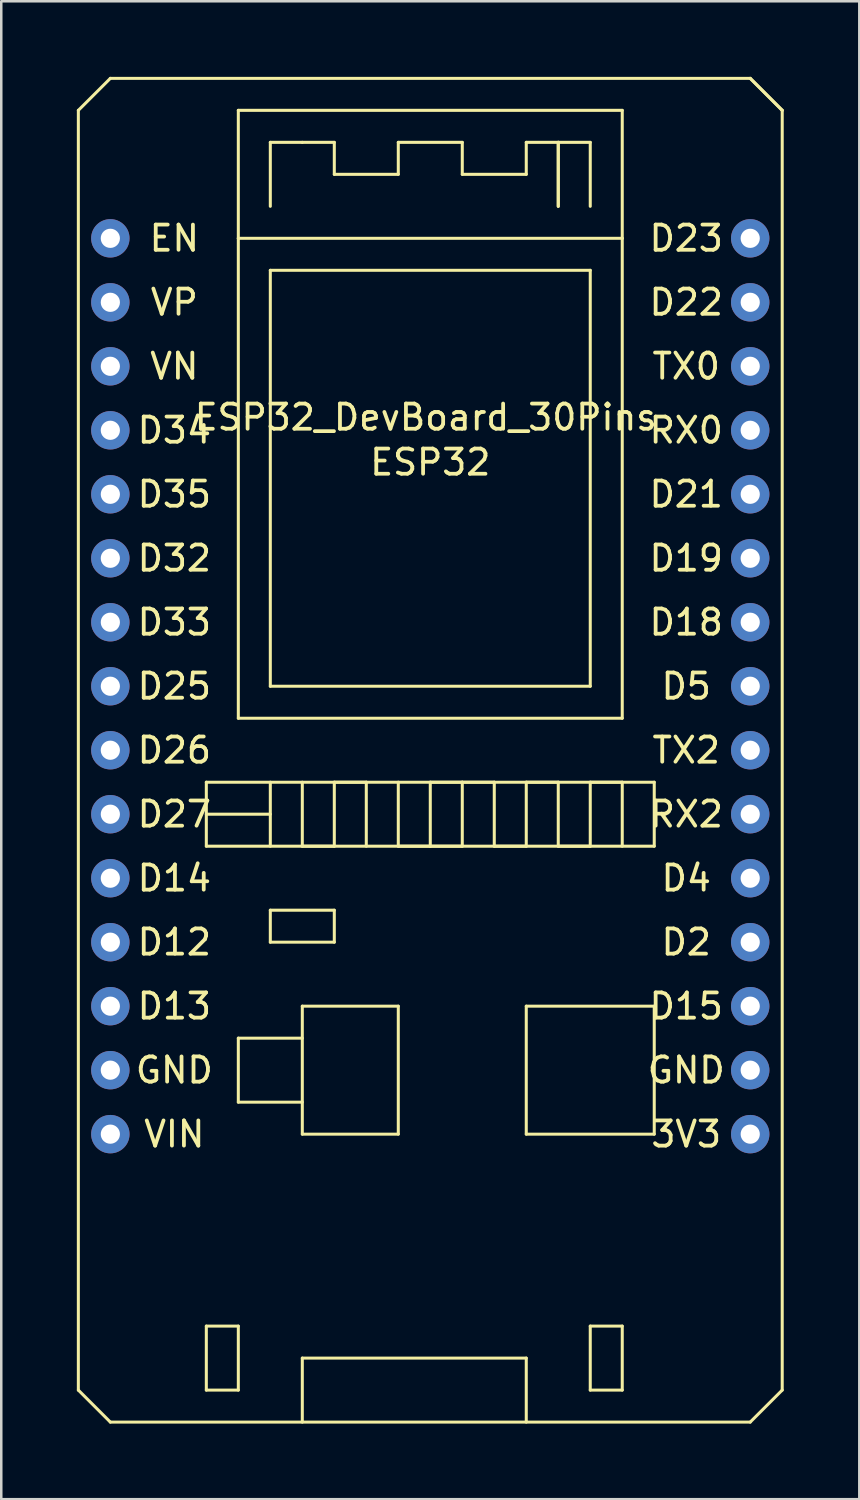
<source format=kicad_pcb>
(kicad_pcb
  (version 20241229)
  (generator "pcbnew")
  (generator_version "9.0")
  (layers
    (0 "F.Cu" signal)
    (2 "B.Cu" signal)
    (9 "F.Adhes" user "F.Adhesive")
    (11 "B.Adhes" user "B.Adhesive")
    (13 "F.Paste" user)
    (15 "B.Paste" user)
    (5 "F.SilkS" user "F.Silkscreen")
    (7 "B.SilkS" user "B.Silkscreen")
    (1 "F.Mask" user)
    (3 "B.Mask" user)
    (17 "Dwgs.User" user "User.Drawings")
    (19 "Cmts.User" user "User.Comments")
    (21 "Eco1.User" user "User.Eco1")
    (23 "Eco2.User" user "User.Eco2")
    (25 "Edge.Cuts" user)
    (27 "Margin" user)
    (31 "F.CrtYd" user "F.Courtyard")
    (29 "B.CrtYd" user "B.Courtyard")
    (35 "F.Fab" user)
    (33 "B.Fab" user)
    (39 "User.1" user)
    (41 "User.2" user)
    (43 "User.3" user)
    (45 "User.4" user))
  (footprint "ESP32_DevBoard_30Pins"
    (layer "F.Cu")
    (at 1.33 11.49)
    (property "Reference" "ESP32_DevBoard_30Pins" (at 12.52 2.024 0) (layer "F.SilkS") (effects (font (size 1 1) (thickness 0.15))))
    (attr through_hole)
    (fp_line (start -1.27 -10.16) (end -1.27 40.64) (stroke (width 0.12) (type solid)) (layer "F.SilkS"))
    (fp_line (start -1.27 40.64) (end 0 41.91) (stroke (width 0.12) (type solid)) (layer "F.SilkS"))
    (fp_line (start 0 -11.43) (end -1.27 -10.16) (stroke (width 0.12) (type solid)) (layer "F.SilkS"))
    (fp_line (start 0 -11.43) (end 25.4 -11.43) (stroke (width 0.12) (type solid)) (layer "F.SilkS"))
    (fp_line (start 0 41.91) (end 25.4 41.91) (stroke (width 0.12) (type solid)) (layer "F.SilkS"))
    (fp_line (start 3.81 16.51) (end 21.59 16.51) (stroke (width 0.12) (type solid)) (layer "F.SilkS"))
    (fp_line (start 3.81 17.78) (end 6.35 17.78) (stroke (width 0.12) (type solid)) (layer "F.SilkS"))
    (fp_line (start 3.81 19.05) (end 3.81 16.51) (stroke (width 0.12) (type solid)) (layer "F.SilkS"))
    (fp_line (start 3.81 38.1) (end 3.81 40.64) (stroke (width 0.12) (type solid)) (layer "F.SilkS"))
    (fp_line (start 3.81 40.64) (end 5.08 40.64) (stroke (width 0.12) (type solid)) (layer "F.SilkS"))
    (fp_line (start 5.08 -10.16) (end 20.32 -10.16) (stroke (width 0.12) (type solid)) (layer "F.SilkS"))
    (fp_line (start 5.08 -5.08) (end 5.08 -10.16) (stroke (width 0.12) (type solid)) (layer "F.SilkS"))
    (fp_line (start 5.08 -5.08) (end 5.08 13.97) (stroke (width 0.12) (type solid)) (layer "F.SilkS"))
    (fp_line (start 5.08 13.97) (end 20.32 13.97) (stroke (width 0.12) (type solid)) (layer "F.SilkS"))
    (fp_line (start 5.08 26.67) (end 5.08 29.21) (stroke (width 0.12) (type solid)) (layer "F.SilkS"))
    (fp_line (start 5.08 29.21) (end 7.62 29.21) (stroke (width 0.12) (type solid)) (layer "F.SilkS"))
    (fp_line (start 5.08 38.1) (end 3.81 38.1) (stroke (width 0.12) (type solid)) (layer "F.SilkS"))
    (fp_line (start 5.08 40.64) (end 5.08 38.1) (stroke (width 0.12) (type solid)) (layer "F.SilkS"))
    (fp_line (start 6.35 -8.89) (end 7.62 -8.89) (stroke (width 0.12) (type solid)) (layer "F.SilkS"))
    (fp_line (start 6.35 -6.35) (end 6.35 -8.89) (stroke (width 0.12) (type solid)) (layer "F.SilkS"))
    (fp_line (start 6.35 -3.81) (end 19.05 -3.81) (stroke (width 0.12) (type solid)) (layer "F.SilkS"))
    (fp_line (start 6.35 12.7) (end 6.35 -3.81) (stroke (width 0.12) (type solid)) (layer "F.SilkS"))
    (fp_line (start 6.35 16.51) (end 6.35 19.05) (stroke (width 0.12) (type solid)) (layer "F.SilkS"))
    (fp_line (start 6.35 21.59) (end 8.89 21.59) (stroke (width 0.12) (type solid)) (layer "F.SilkS"))
    (fp_line (start 6.35 22.86) (end 6.35 21.59) (stroke (width 0.12) (type solid)) (layer "F.SilkS"))
    (fp_line (start 7.62 -8.89) (end 8.89 -8.89) (stroke (width 0.12) (type solid)) (layer "F.SilkS"))
    (fp_line (start 7.62 16.51) (end 7.62 19.05) (stroke (width 0.12) (type solid)) (layer "F.SilkS"))
    (fp_line (start 7.62 19.05) (end 8.89 19.05) (stroke (width 0.12) (type solid)) (layer "F.SilkS"))
    (fp_line (start 7.62 25.4) (end 11.43 25.4) (stroke (width 0.12) (type solid)) (layer "F.SilkS"))
    (fp_line (start 7.62 26.67) (end 5.08 26.67) (stroke (width 0.12) (type solid)) (layer "F.SilkS"))
    (fp_line (start 7.62 30.48) (end 7.62 25.4) (stroke (width 0.12) (type solid)) (layer "F.SilkS"))
    (fp_line (start 7.62 39.37) (end 16.51 39.37) (stroke (width 0.12) (type solid)) (layer "F.SilkS"))
    (fp_line (start 7.62 41.91) (end 7.62 39.37) (stroke (width 0.12) (type solid)) (layer "F.SilkS"))
    (fp_line (start 8.89 -8.89) (end 8.89 -7.62) (stroke (width 0.12) (type solid)) (layer "F.SilkS"))
    (fp_line (start 8.89 -7.62) (end 11.43 -7.62) (stroke (width 0.12) (type solid)) (layer "F.SilkS"))
    (fp_line (start 8.89 16.51) (end 10.16 16.51) (stroke (width 0.12) (type solid)) (layer "F.SilkS"))
    (fp_line (start 8.89 19.05) (end 8.89 16.51) (stroke (width 0.12) (type solid)) (layer "F.SilkS"))
    (fp_line (start 8.89 21.59) (end 8.89 22.86) (stroke (width 0.12) (type solid)) (layer "F.SilkS"))
    (fp_line (start 8.89 22.86) (end 6.35 22.86) (stroke (width 0.12) (type solid)) (layer "F.SilkS"))
    (fp_line (start 10.16 16.51) (end 10.16 19.05) (stroke (width 0.12) (type solid)) (layer "F.SilkS"))
    (fp_line (start 11.43 -8.89) (end 13.97 -8.89) (stroke (width 0.12) (type solid)) (layer "F.SilkS"))
    (fp_line (start 11.43 -7.62) (end 11.43 -8.89) (stroke (width 0.12) (type solid)) (layer "F.SilkS"))
    (fp_line (start 11.43 16.51) (end 11.43 19.05) (stroke (width 0.12) (type solid)) (layer "F.SilkS"))
    (fp_line (start 11.43 19.05) (end 12.7 19.05) (stroke (width 0.12) (type solid)) (layer "F.SilkS"))
    (fp_line (start 11.43 25.4) (end 11.43 30.48) (stroke (width 0.12) (type solid)) (layer "F.SilkS"))
    (fp_line (start 11.43 30.48) (end 7.62 30.48) (stroke (width 0.12) (type solid)) (layer "F.SilkS"))
    (fp_line (start 12.7 16.51) (end 13.97 16.51) (stroke (width 0.12) (type solid)) (layer "F.SilkS"))
    (fp_line (start 12.7 19.05) (end 12.7 16.51) (stroke (width 0.12) (type solid)) (layer "F.SilkS"))
    (fp_line (start 12.7 19.05) (end 13.97 19.05) (stroke (width 0.12) (type solid)) (layer "F.SilkS"))
    (fp_line (start 13.97 -8.89) (end 13.97 -7.62) (stroke (width 0.12) (type solid)) (layer "F.SilkS"))
    (fp_line (start 13.97 -7.62) (end 16.51 -7.62) (stroke (width 0.12) (type solid)) (layer "F.SilkS"))
    (fp_line (start 13.97 16.51) (end 15.24 16.51) (stroke (width 0.12) (type solid)) (layer "F.SilkS"))
    (fp_line (start 13.97 19.05) (end 13.97 16.51) (stroke (width 0.12) (type solid)) (layer "F.SilkS"))
    (fp_line (start 15.24 16.51) (end 15.24 19.05) (stroke (width 0.12) (type solid)) (layer "F.SilkS"))
    (fp_line (start 15.24 19.05) (end 16.51 19.05) (stroke (width 0.12) (type solid)) (layer "F.SilkS"))
    (fp_line (start 16.51 -8.89) (end 17.78 -8.89) (stroke (width 0.12) (type solid)) (layer "F.SilkS"))
    (fp_line (start 16.51 -7.62) (end 16.51 -8.89) (stroke (width 0.12) (type solid)) (layer "F.SilkS"))
    (fp_line (start 16.51 16.51) (end 17.78 16.51) (stroke (width 0.12) (type solid)) (layer "F.SilkS"))
    (fp_line (start 16.51 19.05) (end 16.51 16.51) (stroke (width 0.12) (type solid)) (layer "F.SilkS"))
    (fp_line (start 16.51 25.4) (end 21.59 25.4) (stroke (width 0.12) (type solid)) (layer "F.SilkS"))
    (fp_line (start 16.51 30.48) (end 16.51 25.4) (stroke (width 0.12) (type solid)) (layer "F.SilkS"))
    (fp_line (start 16.51 39.37) (end 16.51 41.91) (stroke (width 0.12) (type solid)) (layer "F.SilkS"))
    (fp_line (start 17.78 -8.89) (end 17.78 -6.35) (stroke (width 0.12) (type solid)) (layer "F.SilkS"))
    (fp_line (start 17.78 -8.89) (end 19.05 -8.89) (stroke (width 0.12) (type solid)) (layer "F.SilkS"))
    (fp_line (start 17.78 -6.35) (end 17.78 -8.89) (stroke (width 0.12) (type solid)) (layer "F.SilkS"))
    (fp_line (start 17.78 16.51) (end 17.78 19.05) (stroke (width 0.12) (type solid)) (layer "F.SilkS"))
    (fp_line (start 17.78 19.05) (end 19.05 19.05) (stroke (width 0.12) (type solid)) (layer "F.SilkS"))
    (fp_line (start 19.05 -8.89) (end 19.05 -6.35) (stroke (width 0.12) (type solid)) (layer "F.SilkS"))
    (fp_line (start 19.05 -3.81) (end 19.05 12.7) (stroke (width 0.12) (type solid)) (layer "F.SilkS"))
    (fp_line (start 19.05 12.7) (end 6.35 12.7) (stroke (width 0.12) (type solid)) (layer "F.SilkS"))
    (fp_line (start 19.05 16.51) (end 20.32 16.51) (stroke (width 0.12) (type solid)) (layer "F.SilkS"))
    (fp_line (start 19.05 19.05) (end 19.05 16.51) (stroke (width 0.12) (type solid)) (layer "F.SilkS"))
    (fp_line (start 19.05 38.1) (end 20.32 38.1) (stroke (width 0.12) (type solid)) (layer "F.SilkS"))
    (fp_line (start 19.05 40.64) (end 19.05 38.1) (stroke (width 0.12) (type solid)) (layer "F.SilkS"))
    (fp_line (start 20.32 -10.16) (end 20.32 -5.08) (stroke (width 0.12) (type solid)) (layer "F.SilkS"))
    (fp_line (start 20.32 -5.08) (end 5.08 -5.08) (stroke (width 0.12) (type solid)) (layer "F.SilkS"))
    (fp_line (start 20.32 13.97) (end 20.32 -5.08) (stroke (width 0.12) (type solid)) (layer "F.SilkS"))
    (fp_line (start 20.32 16.51) (end 20.32 19.05) (stroke (width 0.12) (type solid)) (layer "F.SilkS"))
    (fp_line (start 20.32 38.1) (end 20.32 40.64) (stroke (width 0.12) (type solid)) (layer "F.SilkS"))
    (fp_line (start 20.32 40.64) (end 19.05 40.64) (stroke (width 0.12) (type solid)) (layer "F.SilkS"))
    (fp_line (start 21.59 16.51) (end 21.59 19.05) (stroke (width 0.12) (type solid)) (layer "F.SilkS"))
    (fp_line (start 21.59 19.05) (end 3.81 19.05) (stroke (width 0.12) (type solid)) (layer "F.SilkS"))
    (fp_line (start 21.59 25.4) (end 21.59 30.48) (stroke (width 0.12) (type solid)) (layer "F.SilkS"))
    (fp_line (start 21.59 30.48) (end 16.51 30.48) (stroke (width 0.12) (type solid)) (layer "F.SilkS"))
    (fp_line (start 25.4 -11.43) (end 26.67 -10.16) (stroke (width 0.12) (type solid)) (layer "F.SilkS"))
    (fp_line (start 26.67 -10.16) (end 25.4 -11.43) (stroke (width 0.12) (type solid)) (layer "F.SilkS"))
    (fp_line (start 26.67 -10.16) (end 26.67 40.64) (stroke (width 0.12) (type solid)) (layer "F.SilkS"))
    (fp_line (start 26.67 40.64) (end 25.4 41.91) (stroke (width 0.12) (type solid)) (layer "F.SilkS"))
    (fp_text user "D27" (at 2.54 17.78 0) (layer "F.SilkS") (effects (font (size 1 1) (thickness 0.15))))
    (fp_text user "D4" (at 22.86 20.32 0) (layer "F.SilkS") (effects (font (size 1 1) (thickness 0.15))))
    (fp_text user "GND" (at 22.86 27.94 0) (layer "F.SilkS") (effects (font (size 1 1) (thickness 0.15))))
    (fp_text user "VN" (at 2.54 0 0) (layer "F.SilkS") (effects (font (size 1 1) (thickness 0.15))))
    (fp_text user "EN" (at 2.54 -5.08 0) (layer "F.SilkS") (effects (font (size 1 1) (thickness 0.15))))
    (fp_text user "TX2" (at 22.86 15.24 0) (layer "F.SilkS") (effects (font (size 1 1) (thickness 0.15))))
    (fp_text user "D13" (at 2.54 25.4 0) (layer "F.SilkS") (effects (font (size 1 1) (thickness 0.15))))
    (fp_text user "D33" (at 2.54 10.16 0) (layer "F.SilkS") (effects (font (size 1 1) (thickness 0.15))))
    (fp_text user "D2" (at 22.86 22.86 0) (layer "F.SilkS") (effects (font (size 1 1) (thickness 0.15))))
    (fp_text user "VP" (at 2.54 -2.54 0) (layer "F.SilkS") (effects (font (size 1 1) (thickness 0.15))))
    (fp_text user "RX0" (at 22.86 2.54 0) (layer "F.SilkS") (effects (font (size 1 1) (thickness 0.15))))
    (fp_text user "D18" (at 22.86 10.16 0) (layer "F.SilkS") (effects (font (size 1 1) (thickness 0.15))))
    (fp_text user "D34" (at 2.54 2.54 180) (layer "F.SilkS") (effects (font (size 1 1) (thickness 0.15))))
    (fp_text user "3V3" (at 22.86 30.48 0) (layer "F.SilkS") (effects (font (size 1 1) (thickness 0.15))))
    (fp_text user "D19" (at 22.86 7.62 0) (layer "F.SilkS") (effects (font (size 1 1) (thickness 0.15))))
    (fp_text user "D5" (at 22.86 12.7 0) (layer "F.SilkS") (effects (font (size 1 1) (thickness 0.15))))
    (fp_text user "D22" (at 22.86 -2.54 0) (layer "F.SilkS") (effects (font (size 1 1) (thickness 0.15))))
    (fp_text user "D32" (at 2.54 7.62 0) (layer "F.SilkS") (effects (font (size 1 1) (thickness 0.15))))
    (fp_text user "D25" (at 2.54 12.7 0) (layer "F.SilkS") (effects (font (size 1 1) (thickness 0.15))))
    (fp_text user "D23" (at 22.86 -5.08 0) (layer "F.SilkS") (effects (font (size 1 1) (thickness 0.15))))
    (fp_text user "VIN" (at 2.54 30.48 0) (layer "F.SilkS") (effects (font (size 1 1) (thickness 0.15))))
    (fp_text user "D15" (at 22.86 25.4 0) (layer "F.SilkS") (effects (font (size 1 1) (thickness 0.15))))
    (fp_text user "RX2" (at 22.86 17.78 0) (layer "F.SilkS") (effects (font (size 1 1) (thickness 0.15))))
    (fp_text user "ESP32" (at 12.7 3.81 0) (layer "F.SilkS") (effects (font (size 1 1) (thickness 0.15))))
    (fp_text user "GND" (at 2.54 27.94 0) (layer "F.SilkS") (effects (font (size 1 1) (thickness 0.15))))
    (fp_text user "TX0" (at 22.86 0 0) (layer "F.SilkS") (effects (font (size 1 1) (thickness 0.15))))
    (fp_text user "D14" (at 2.54 20.32 0) (layer "F.SilkS") (effects (font (size 1 1) (thickness 0.15))))
    (fp_text user "D35" (at 2.54 5.08 0) (layer "F.SilkS") (effects (font (size 1 1) (thickness 0.15))))
    (fp_text user "D21" (at 22.86 5.08 0) (layer "F.SilkS") (effects (font (size 1 1) (thickness 0.15))))
    (fp_text user "D12" (at 2.54 22.86 0) (layer "F.SilkS") (effects (font (size 1 1) (thickness 0.15))))
    (fp_text user "D26" (at 2.54 15.24 0) (layer "F.SilkS") (effects (font (size 1 1) (thickness 0.15))))
    (pad "1" thru_hole circle (at 0 -5.08) (size 1.524 1.524) (drill 0.762) (layers "*.Cu" "*.Mask"))
    (pad "2" thru_hole circle (at 0 -2.54) (size 1.524 1.524) (drill 0.762) (layers "*.Cu" "*.Mask"))
    (pad "3" thru_hole circle (at 0 0) (size 1.524 1.524) (drill 0.762) (layers "*.Cu" "*.Mask"))
    (pad "4" thru_hole circle (at 0 2.54) (size 1.524 1.524) (drill 0.762) (layers "*.Cu" "*.Mask"))
    (pad "5" thru_hole circle (at 0 5.08) (size 1.524 1.524) (drill 0.762) (layers "*.Cu" "*.Mask"))
    (pad "6" thru_hole circle (at 0 7.62) (size 1.524 1.524) (drill 0.762) (layers "*.Cu" "*.Mask"))
    (pad "7" thru_hole circle (at 0 10.16) (size 1.524 1.524) (drill 0.762) (layers "*.Cu" "*.Mask"))
    (pad "8" thru_hole circle (at 0 12.7) (size 1.524 1.524) (drill 0.762) (layers "*.Cu" "*.Mask"))
    (pad "9" thru_hole circle (at 0 15.24) (size 1.524 1.524) (drill 0.762) (layers "*.Cu" "*.Mask"))
    (pad "10" thru_hole circle (at 0 17.78) (size 1.524 1.524) (drill 0.762) (layers "*.Cu" "*.Mask"))
    (pad "11" thru_hole circle (at 0 20.32) (size 1.524 1.524) (drill 0.762) (layers "*.Cu" "*.Mask"))
    (pad "12" thru_hole circle (at 0 22.86) (size 1.524 1.524) (drill 0.762) (layers "*.Cu" "*.Mask"))
    (pad "13" thru_hole circle (at 0 25.4) (size 1.524 1.524) (drill 0.762) (layers "*.Cu" "*.Mask"))
    (pad "14" thru_hole circle (at 0 27.94) (size 1.524 1.524) (drill 0.762) (layers "*.Cu" "*.Mask"))
    (pad "15" thru_hole circle (at 0 30.48) (size 1.524 1.524) (drill 0.762) (layers "*.Cu" "*.Mask"))
    (pad "16" thru_hole circle (at 25.4 30.48) (size 1.524 1.524) (drill 0.762) (layers "*.Cu" "*.Mask"))
    (pad "17" thru_hole circle (at 25.4 27.94) (size 1.524 1.524) (drill 0.762) (layers "*.Cu" "*.Mask"))
    (pad "18" thru_hole circle (at 25.4 25.4) (size 1.524 1.524) (drill 0.762) (layers "*.Cu" "*.Mask"))
    (pad "19" thru_hole circle (at 25.4 22.86) (size 1.524 1.524) (drill 0.762) (layers "*.Cu" "*.Mask"))
    (pad "20" thru_hole circle (at 25.4 20.32) (size 1.524 1.524) (drill 0.762) (layers "*.Cu" "*.Mask"))
    (pad "21" thru_hole circle (at 25.4 17.78) (size 1.524 1.524) (drill 0.762) (layers "*.Cu" "*.Mask"))
    (pad "22" thru_hole circle (at 25.4 15.24) (size 1.524 1.524) (drill 0.762) (layers "*.Cu" "*.Mask"))
    (pad "23" thru_hole circle (at 25.4 12.7) (size 1.524 1.524) (drill 0.762) (layers "*.Cu" "*.Mask"))
    (pad "24" thru_hole circle (at 25.4 10.16) (size 1.524 1.524) (drill 0.762) (layers "*.Cu" "*.Mask"))
    (pad "25" thru_hole circle (at 25.4 7.62) (size 1.524 1.524) (drill 0.762) (layers "*.Cu" "*.Mask"))
    (pad "26" thru_hole circle (at 25.4 5.08) (size 1.524 1.524) (drill 0.762) (layers "*.Cu" "*.Mask"))
    (pad "27" thru_hole circle (at 25.4 2.54) (size 1.524 1.524) (drill 0.762) (layers "*.Cu" "*.Mask"))
    (pad "28" thru_hole circle (at 25.4 0) (size 1.524 1.524) (drill 0.762) (layers "*.Cu" "*.Mask"))
    (pad "29" thru_hole circle (at 25.4 -2.54) (size 1.524 1.524) (drill 0.762) (layers "*.Cu" "*.Mask"))
    (pad "30" thru_hole circle (at 25.4 -5.08) (size 1.524 1.524) (drill 0.762) (layers "*.Cu" "*.Mask")))
  (gr_rect
    (start -3 -3)
    (end 31.06 56.46)
    (stroke (width 0.1) (type default))
    (fill no)
    (layer "Edge.Cuts")))
</source>
